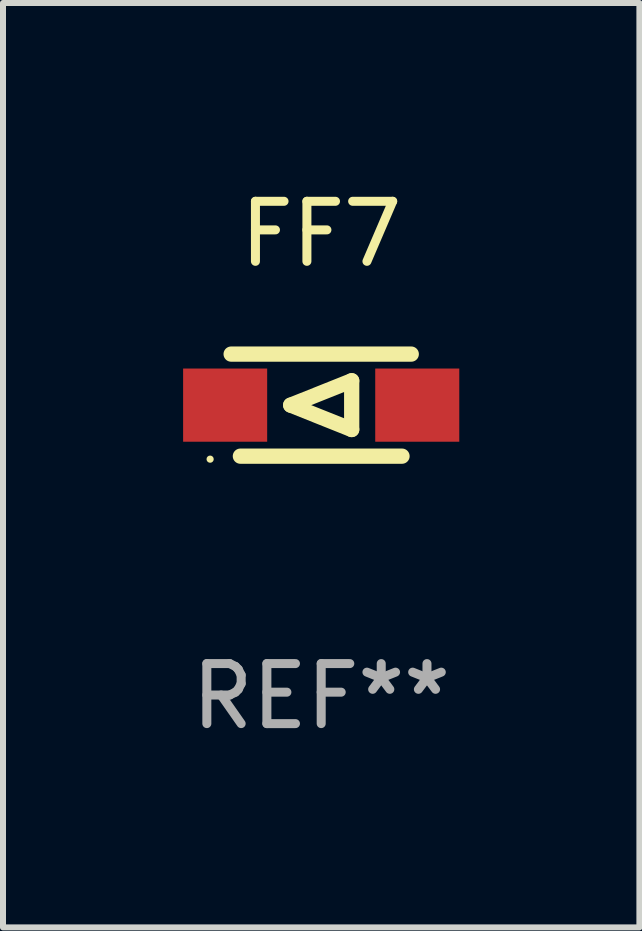
<source format=kicad_pcb>
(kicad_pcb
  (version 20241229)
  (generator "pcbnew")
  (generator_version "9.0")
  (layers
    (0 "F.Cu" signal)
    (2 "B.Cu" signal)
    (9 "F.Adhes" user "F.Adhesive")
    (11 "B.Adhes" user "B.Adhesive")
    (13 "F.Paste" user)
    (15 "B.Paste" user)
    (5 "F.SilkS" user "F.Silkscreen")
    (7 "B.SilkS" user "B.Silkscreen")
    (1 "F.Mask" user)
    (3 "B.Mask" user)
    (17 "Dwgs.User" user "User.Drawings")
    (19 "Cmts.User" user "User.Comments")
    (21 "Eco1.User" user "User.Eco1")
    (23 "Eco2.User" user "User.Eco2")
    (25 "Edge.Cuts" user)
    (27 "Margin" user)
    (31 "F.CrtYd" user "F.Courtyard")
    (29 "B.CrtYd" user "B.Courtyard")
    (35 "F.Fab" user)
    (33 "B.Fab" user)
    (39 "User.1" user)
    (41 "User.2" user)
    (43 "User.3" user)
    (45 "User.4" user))
  (footprint "FF7"
    (layer "F.Cu")
    (at 2.3 3.698)
    (property "Reference" "FF7" (at 0 -2.85 0) (layer "F.SilkS") (effects (font (size 1 1) (thickness 0.15))))
    (attr through_hole)
    (fp_line (start -1.346 0.85) (end 1.346 0.85) (stroke (width 0.254) (type solid)) (layer "F.SilkS"))
    (fp_line (start -0.508 0) (end 0.508 -0.406) (stroke (width 0.254) (type solid)) (layer "F.SilkS"))
    (fp_line (start 0.508 -0.406) (end 0.508 0.406) (stroke (width 0.254) (type solid)) (layer "F.SilkS"))
    (fp_line (start 0.508 0.406) (end -0.508 0) (stroke (width 0.254) (type solid)) (layer "F.SilkS"))
    (fp_line (start 1.5 -0.85) (end -1.5 -0.85) (stroke (width 0.254) (type solid)) (layer "F.SilkS"))
    (fp_circle (center -1.85 0.9) (end -1.82 0.9) (stroke (width 0.06) (type solid)) (fill no) (layer "F.SilkS"))
    (fp_text user "REF**" (at 0 4.85 0) (layer "F.Fab") (effects (font (size 1 1) (thickness 0.15))))
    (pad "1" smd rect (at -1.6 0) (size 1.4 1.219) (layers "F.Cu" "F.Mask" "F.Paste"))
    (pad "2" smd rect (at 1.6 0) (size 1.4 1.219) (layers "F.Cu" "F.Mask" "F.Paste")))
  (gr_rect
    (start -3 -3)
    (end 7.6 12.397)
    (stroke (width 0.1) (type default))
    (fill no)
    (layer "Edge.Cuts")))
</source>
